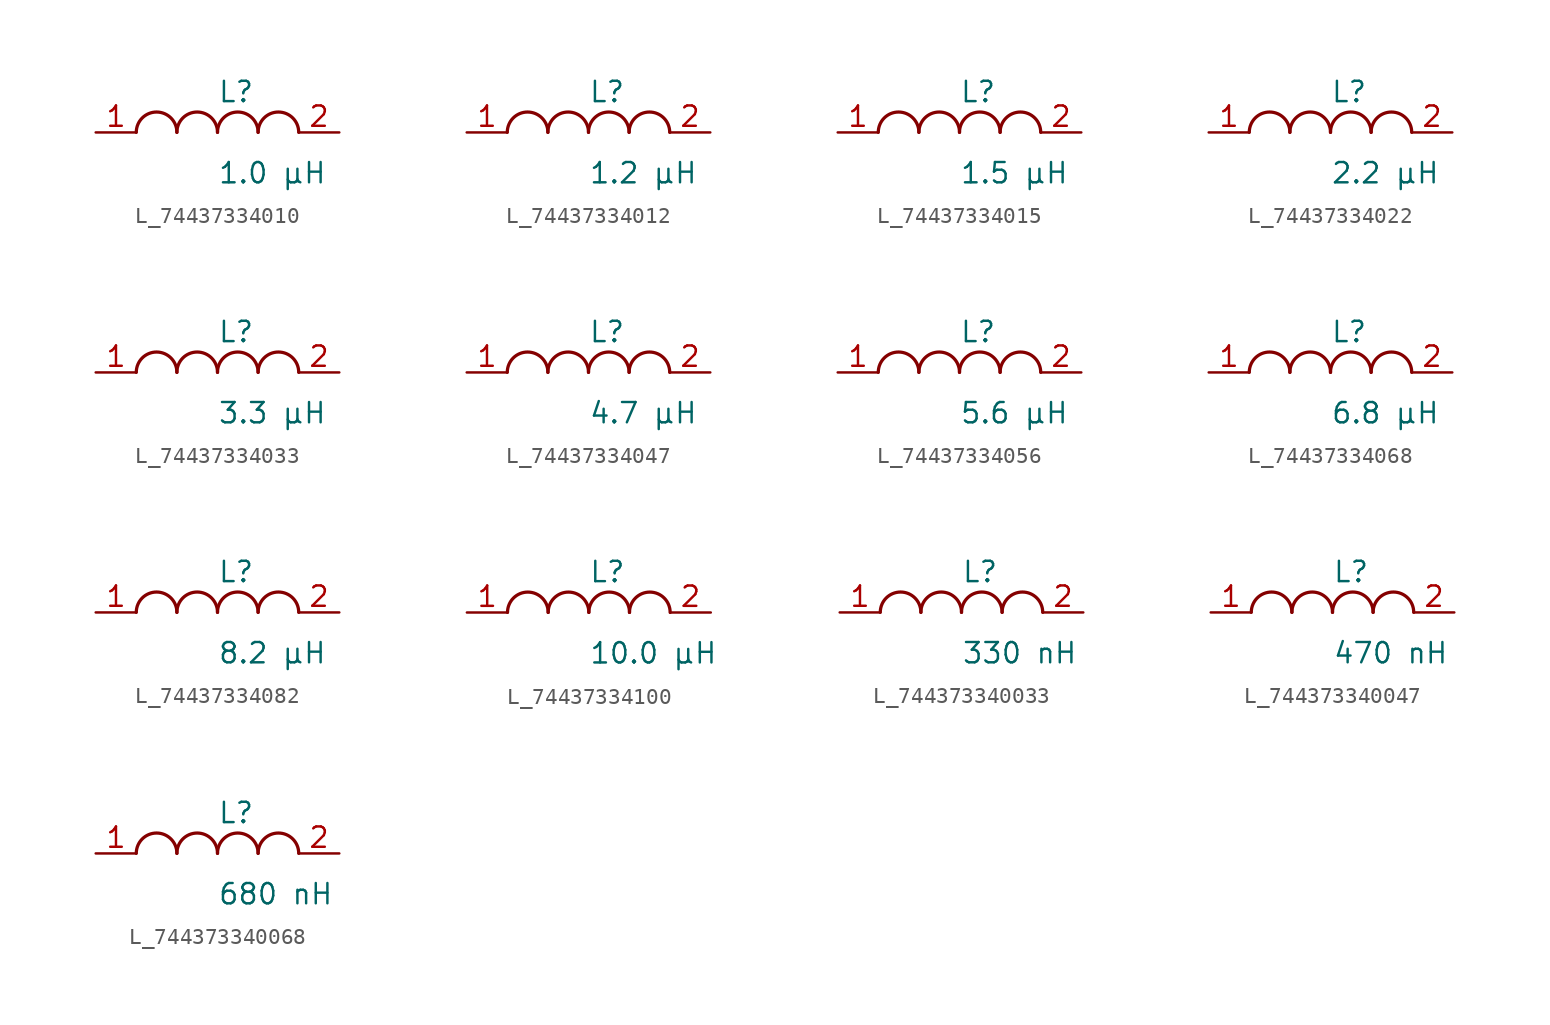
<source format=kicad_sym>
(kicad_symbol_lib
  (version 20231120)
  (generator kicad_symbol_editor)
  (generator_version 8.0)
  (symbol "L_74437334010"
    (pin_names
      (offset 0.254))
    (property "Reference" "L"
      (at 0 2.54 0)
      (effects (font (size 1.27 1.27)) (justify left)))
    (property "Value" "1.0 µH"
      (at 0 -2.54 0)
      (effects (font (size 1.27 1.27)) (justify left)))
    (symbol "L_74437334010_1_1"
      (arc (start -2.54 0.0056) (mid -3.81 1.27) (end -5.08 0.0056) (stroke (width 0.2032) (type default)) (fill (type none)))
      (arc (start 0 0.0056) (mid -1.27 1.27) (end -2.54 0.0056) (stroke (width 0.2032) (type default)) (fill (type none)))
      (arc (start 2.54 0.0056) (mid 1.27 1.27) (end 0 0.0056) (stroke (width 0.2032) (type default)) (fill (type none)))
      (arc (start 5.08 0.0056) (mid 3.81 1.27) (end 2.54 0.0056) (stroke (width 0.2032) (type default)) (fill (type none)))
      (pin passive line (at -7.62 0 0) (length 2.54) (name "" (effects (font (size 1.27 1.27)))) (number "1" (effects (font (size 1.27 1.27)))))
      (pin passive line (at 7.62 0 180) (length 2.54) (name "" (effects (font (size 1.27 1.27)))) (number "2" (effects (font (size 1.27 1.27)))))))
  (symbol "L_74437334012"
    (pin_names
      (offset 0.254))
    (property "Reference" "L"
      (at 0 2.54 0)
      (effects (font (size 1.27 1.27)) (justify left)))
    (property "Value" "1.2 µH"
      (at 0 -2.54 0)
      (effects (font (size 1.27 1.27)) (justify left)))
    (symbol "L_74437334012_1_1"
      (arc (start -2.54 0.0056) (mid -3.81 1.27) (end -5.08 0.0056) (stroke (width 0.2032) (type default)) (fill (type none)))
      (arc (start 0 0.0056) (mid -1.27 1.27) (end -2.54 0.0056) (stroke (width 0.2032) (type default)) (fill (type none)))
      (arc (start 2.54 0.0056) (mid 1.27 1.27) (end 0 0.0056) (stroke (width 0.2032) (type default)) (fill (type none)))
      (arc (start 5.08 0.0056) (mid 3.81 1.27) (end 2.54 0.0056) (stroke (width 0.2032) (type default)) (fill (type none)))
      (pin passive line (at -7.62 0 0) (length 2.54) (name "" (effects (font (size 1.27 1.27)))) (number "1" (effects (font (size 1.27 1.27)))))
      (pin passive line (at 7.62 0 180) (length 2.54) (name "" (effects (font (size 1.27 1.27)))) (number "2" (effects (font (size 1.27 1.27)))))))
  (symbol "L_74437334015"
    (pin_names
      (offset 0.254))
    (property "Reference" "L"
      (at 0 2.54 0)
      (effects (font (size 1.27 1.27)) (justify left)))
    (property "Value" "1.5 µH"
      (at 0 -2.54 0)
      (effects (font (size 1.27 1.27)) (justify left)))
    (symbol "L_74437334015_1_1"
      (arc (start -2.54 0.0056) (mid -3.81 1.27) (end -5.08 0.0056) (stroke (width 0.2032) (type default)) (fill (type none)))
      (arc (start 0 0.0056) (mid -1.27 1.27) (end -2.54 0.0056) (stroke (width 0.2032) (type default)) (fill (type none)))
      (arc (start 2.54 0.0056) (mid 1.27 1.27) (end 0 0.0056) (stroke (width 0.2032) (type default)) (fill (type none)))
      (arc (start 5.08 0.0056) (mid 3.81 1.27) (end 2.54 0.0056) (stroke (width 0.2032) (type default)) (fill (type none)))
      (pin passive line (at -7.62 0 0) (length 2.54) (name "" (effects (font (size 1.27 1.27)))) (number "1" (effects (font (size 1.27 1.27)))))
      (pin passive line (at 7.62 0 180) (length 2.54) (name "" (effects (font (size 1.27 1.27)))) (number "2" (effects (font (size 1.27 1.27)))))))
  (symbol "L_74437334022"
    (pin_names
      (offset 0.254))
    (property "Reference" "L"
      (at 0 2.54 0)
      (effects (font (size 1.27 1.27)) (justify left)))
    (property "Value" "2.2 µH"
      (at 0 -2.54 0)
      (effects (font (size 1.27 1.27)) (justify left)))
    (symbol "L_74437334022_1_1"
      (arc (start -2.54 0.0056) (mid -3.81 1.27) (end -5.08 0.0056) (stroke (width 0.2032) (type default)) (fill (type none)))
      (arc (start 0 0.0056) (mid -1.27 1.27) (end -2.54 0.0056) (stroke (width 0.2032) (type default)) (fill (type none)))
      (arc (start 2.54 0.0056) (mid 1.27 1.27) (end 0 0.0056) (stroke (width 0.2032) (type default)) (fill (type none)))
      (arc (start 5.08 0.0056) (mid 3.81 1.27) (end 2.54 0.0056) (stroke (width 0.2032) (type default)) (fill (type none)))
      (pin passive line (at -7.62 0 0) (length 2.54) (name "" (effects (font (size 1.27 1.27)))) (number "1" (effects (font (size 1.27 1.27)))))
      (pin passive line (at 7.62 0 180) (length 2.54) (name "" (effects (font (size 1.27 1.27)))) (number "2" (effects (font (size 1.27 1.27)))))))
  (symbol "L_74437334033"
    (pin_names
      (offset 0.254))
    (property "Reference" "L"
      (at 0 2.54 0)
      (effects (font (size 1.27 1.27)) (justify left)))
    (property "Value" "3.3 µH"
      (at 0 -2.54 0)
      (effects (font (size 1.27 1.27)) (justify left)))
    (symbol "L_74437334033_1_1"
      (arc (start -2.54 0.0056) (mid -3.81 1.27) (end -5.08 0.0056) (stroke (width 0.2032) (type default)) (fill (type none)))
      (arc (start 0 0.0056) (mid -1.27 1.27) (end -2.54 0.0056) (stroke (width 0.2032) (type default)) (fill (type none)))
      (arc (start 2.54 0.0056) (mid 1.27 1.27) (end 0 0.0056) (stroke (width 0.2032) (type default)) (fill (type none)))
      (arc (start 5.08 0.0056) (mid 3.81 1.27) (end 2.54 0.0056) (stroke (width 0.2032) (type default)) (fill (type none)))
      (pin passive line (at -7.62 0 0) (length 2.54) (name "" (effects (font (size 1.27 1.27)))) (number "1" (effects (font (size 1.27 1.27)))))
      (pin passive line (at 7.62 0 180) (length 2.54) (name "" (effects (font (size 1.27 1.27)))) (number "2" (effects (font (size 1.27 1.27)))))))
  (symbol "L_74437334047"
    (pin_names
      (offset 0.254))
    (property "Reference" "L"
      (at 0 2.54 0)
      (effects (font (size 1.27 1.27)) (justify left)))
    (property "Value" "4.7 µH"
      (at 0 -2.54 0)
      (effects (font (size 1.27 1.27)) (justify left)))
    (symbol "L_74437334047_1_1"
      (arc (start -2.54 0.0056) (mid -3.81 1.27) (end -5.08 0.0056) (stroke (width 0.2032) (type default)) (fill (type none)))
      (arc (start 0 0.0056) (mid -1.27 1.27) (end -2.54 0.0056) (stroke (width 0.2032) (type default)) (fill (type none)))
      (arc (start 2.54 0.0056) (mid 1.27 1.27) (end 0 0.0056) (stroke (width 0.2032) (type default)) (fill (type none)))
      (arc (start 5.08 0.0056) (mid 3.81 1.27) (end 2.54 0.0056) (stroke (width 0.2032) (type default)) (fill (type none)))
      (pin passive line (at -7.62 0 0) (length 2.54) (name "" (effects (font (size 1.27 1.27)))) (number "1" (effects (font (size 1.27 1.27)))))
      (pin passive line (at 7.62 0 180) (length 2.54) (name "" (effects (font (size 1.27 1.27)))) (number "2" (effects (font (size 1.27 1.27)))))))
  (symbol "L_74437334056"
    (pin_names
      (offset 0.254))
    (property "Reference" "L"
      (at 0 2.54 0)
      (effects (font (size 1.27 1.27)) (justify left)))
    (property "Value" "5.6 µH"
      (at 0 -2.54 0)
      (effects (font (size 1.27 1.27)) (justify left)))
    (symbol "L_74437334056_1_1"
      (arc (start -2.54 0.0056) (mid -3.81 1.27) (end -5.08 0.0056) (stroke (width 0.2032) (type default)) (fill (type none)))
      (arc (start 0 0.0056) (mid -1.27 1.27) (end -2.54 0.0056) (stroke (width 0.2032) (type default)) (fill (type none)))
      (arc (start 2.54 0.0056) (mid 1.27 1.27) (end 0 0.0056) (stroke (width 0.2032) (type default)) (fill (type none)))
      (arc (start 5.08 0.0056) (mid 3.81 1.27) (end 2.54 0.0056) (stroke (width 0.2032) (type default)) (fill (type none)))
      (pin passive line (at -7.62 0 0) (length 2.54) (name "" (effects (font (size 1.27 1.27)))) (number "1" (effects (font (size 1.27 1.27)))))
      (pin passive line (at 7.62 0 180) (length 2.54) (name "" (effects (font (size 1.27 1.27)))) (number "2" (effects (font (size 1.27 1.27)))))))
  (symbol "L_74437334068"
    (pin_names
      (offset 0.254))
    (property "Reference" "L"
      (at 0 2.54 0)
      (effects (font (size 1.27 1.27)) (justify left)))
    (property "Value" "6.8 µH"
      (at 0 -2.54 0)
      (effects (font (size 1.27 1.27)) (justify left)))
    (symbol "L_74437334068_1_1"
      (arc (start -2.54 0.0056) (mid -3.81 1.27) (end -5.08 0.0056) (stroke (width 0.2032) (type default)) (fill (type none)))
      (arc (start 0 0.0056) (mid -1.27 1.27) (end -2.54 0.0056) (stroke (width 0.2032) (type default)) (fill (type none)))
      (arc (start 2.54 0.0056) (mid 1.27 1.27) (end 0 0.0056) (stroke (width 0.2032) (type default)) (fill (type none)))
      (arc (start 5.08 0.0056) (mid 3.81 1.27) (end 2.54 0.0056) (stroke (width 0.2032) (type default)) (fill (type none)))
      (pin passive line (at -7.62 0 0) (length 2.54) (name "" (effects (font (size 1.27 1.27)))) (number "1" (effects (font (size 1.27 1.27)))))
      (pin passive line (at 7.62 0 180) (length 2.54) (name "" (effects (font (size 1.27 1.27)))) (number "2" (effects (font (size 1.27 1.27)))))))
  (symbol "L_74437334082"
    (pin_names
      (offset 0.254))
    (property "Reference" "L"
      (at 0 2.54 0)
      (effects (font (size 1.27 1.27)) (justify left)))
    (property "Value" "8.2 µH"
      (at 0 -2.54 0)
      (effects (font (size 1.27 1.27)) (justify left)))
    (symbol "L_74437334082_1_1"
      (arc (start -2.54 0.0056) (mid -3.81 1.27) (end -5.08 0.0056) (stroke (width 0.2032) (type default)) (fill (type none)))
      (arc (start 0 0.0056) (mid -1.27 1.27) (end -2.54 0.0056) (stroke (width 0.2032) (type default)) (fill (type none)))
      (arc (start 2.54 0.0056) (mid 1.27 1.27) (end 0 0.0056) (stroke (width 0.2032) (type default)) (fill (type none)))
      (arc (start 5.08 0.0056) (mid 3.81 1.27) (end 2.54 0.0056) (stroke (width 0.2032) (type default)) (fill (type none)))
      (pin passive line (at -7.62 0 0) (length 2.54) (name "" (effects (font (size 1.27 1.27)))) (number "1" (effects (font (size 1.27 1.27)))))
      (pin passive line (at 7.62 0 180) (length 2.54) (name "" (effects (font (size 1.27 1.27)))) (number "2" (effects (font (size 1.27 1.27)))))))
  (symbol "L_74437334100"
    (pin_names
      (offset 0.254))
    (property "Reference" "L"
      (at 0 2.54 0)
      (effects (font (size 1.27 1.27)) (justify left)))
    (property "Value" "10.0 µH"
      (at 0 -2.54 0)
      (effects (font (size 1.27 1.27)) (justify left)))
    (symbol "L_74437334100_1_1"
      (arc (start -2.54 0.0056) (mid -3.81 1.27) (end -5.08 0.0056) (stroke (width 0.2032) (type default)) (fill (type none)))
      (arc (start 0 0.0056) (mid -1.27 1.27) (end -2.54 0.0056) (stroke (width 0.2032) (type default)) (fill (type none)))
      (arc (start 2.54 0.0056) (mid 1.27 1.27) (end 0 0.0056) (stroke (width 0.2032) (type default)) (fill (type none)))
      (arc (start 5.08 0.0056) (mid 3.81 1.27) (end 2.54 0.0056) (stroke (width 0.2032) (type default)) (fill (type none)))
      (pin passive line (at -7.62 0 0) (length 2.54) (name "" (effects (font (size 1.27 1.27)))) (number "1" (effects (font (size 1.27 1.27)))))
      (pin passive line (at 7.62 0 180) (length 2.54) (name "" (effects (font (size 1.27 1.27)))) (number "2" (effects (font (size 1.27 1.27)))))))
  (symbol "L_744373340033"
    (pin_names
      (offset 0.254))
    (property "Reference" "L"
      (at 0 2.54 0)
      (effects (font (size 1.27 1.27)) (justify left)))
    (property "Value" "330 nH"
      (at 0 -2.54 0)
      (effects (font (size 1.27 1.27)) (justify left)))
    (symbol "L_744373340033_1_1"
      (arc (start -2.54 0.0056) (mid -3.81 1.27) (end -5.08 0.0056) (stroke (width 0.2032) (type default)) (fill (type none)))
      (arc (start 0 0.0056) (mid -1.27 1.27) (end -2.54 0.0056) (stroke (width 0.2032) (type default)) (fill (type none)))
      (arc (start 2.54 0.0056) (mid 1.27 1.27) (end 0 0.0056) (stroke (width 0.2032) (type default)) (fill (type none)))
      (arc (start 5.08 0.0056) (mid 3.81 1.27) (end 2.54 0.0056) (stroke (width 0.2032) (type default)) (fill (type none)))
      (pin passive line (at -7.62 0 0) (length 2.54) (name "" (effects (font (size 1.27 1.27)))) (number "1" (effects (font (size 1.27 1.27)))))
      (pin passive line (at 7.62 0 180) (length 2.54) (name "" (effects (font (size 1.27 1.27)))) (number "2" (effects (font (size 1.27 1.27)))))))
  (symbol "L_744373340047"
    (pin_names
      (offset 0.254))
    (property "Reference" "L"
      (at 0 2.54 0)
      (effects (font (size 1.27 1.27)) (justify left)))
    (property "Value" "470 nH"
      (at 0 -2.54 0)
      (effects (font (size 1.27 1.27)) (justify left)))
    (symbol "L_744373340047_1_1"
      (arc (start -2.54 0.0056) (mid -3.81 1.27) (end -5.08 0.0056) (stroke (width 0.2032) (type default)) (fill (type none)))
      (arc (start 0 0.0056) (mid -1.27 1.27) (end -2.54 0.0056) (stroke (width 0.2032) (type default)) (fill (type none)))
      (arc (start 2.54 0.0056) (mid 1.27 1.27) (end 0 0.0056) (stroke (width 0.2032) (type default)) (fill (type none)))
      (arc (start 5.08 0.0056) (mid 3.81 1.27) (end 2.54 0.0056) (stroke (width 0.2032) (type default)) (fill (type none)))
      (pin passive line (at -7.62 0 0) (length 2.54) (name "" (effects (font (size 1.27 1.27)))) (number "1" (effects (font (size 1.27 1.27)))))
      (pin passive line (at 7.62 0 180) (length 2.54) (name "" (effects (font (size 1.27 1.27)))) (number "2" (effects (font (size 1.27 1.27)))))))
  (symbol "L_744373340068"
    (pin_names
      (offset 0.254))
    (property "Reference" "L"
      (at 0 2.54 0)
      (effects (font (size 1.27 1.27)) (justify left)))
    (property "Value" "680 nH"
      (at 0 -2.54 0)
      (effects (font (size 1.27 1.27)) (justify left)))
    (symbol "L_744373340068_1_1"
      (arc (start -2.54 0.0056) (mid -3.81 1.27) (end -5.08 0.0056) (stroke (width 0.2032) (type default)) (fill (type none)))
      (arc (start 0 0.0056) (mid -1.27 1.27) (end -2.54 0.0056) (stroke (width 0.2032) (type default)) (fill (type none)))
      (arc (start 2.54 0.0056) (mid 1.27 1.27) (end 0 0.0056) (stroke (width 0.2032) (type default)) (fill (type none)))
      (arc (start 5.08 0.0056) (mid 3.81 1.27) (end 2.54 0.0056) (stroke (width 0.2032) (type default)) (fill (type none)))
      (pin passive line (at -7.62 0 0) (length 2.54) (name "" (effects (font (size 1.27 1.27)))) (number "1" (effects (font (size 1.27 1.27)))))
      (pin passive line (at 7.62 0 180) (length 2.54) (name "" (effects (font (size 1.27 1.27)))) (number "2" (effects (font (size 1.27 1.27))))))))
</source>
